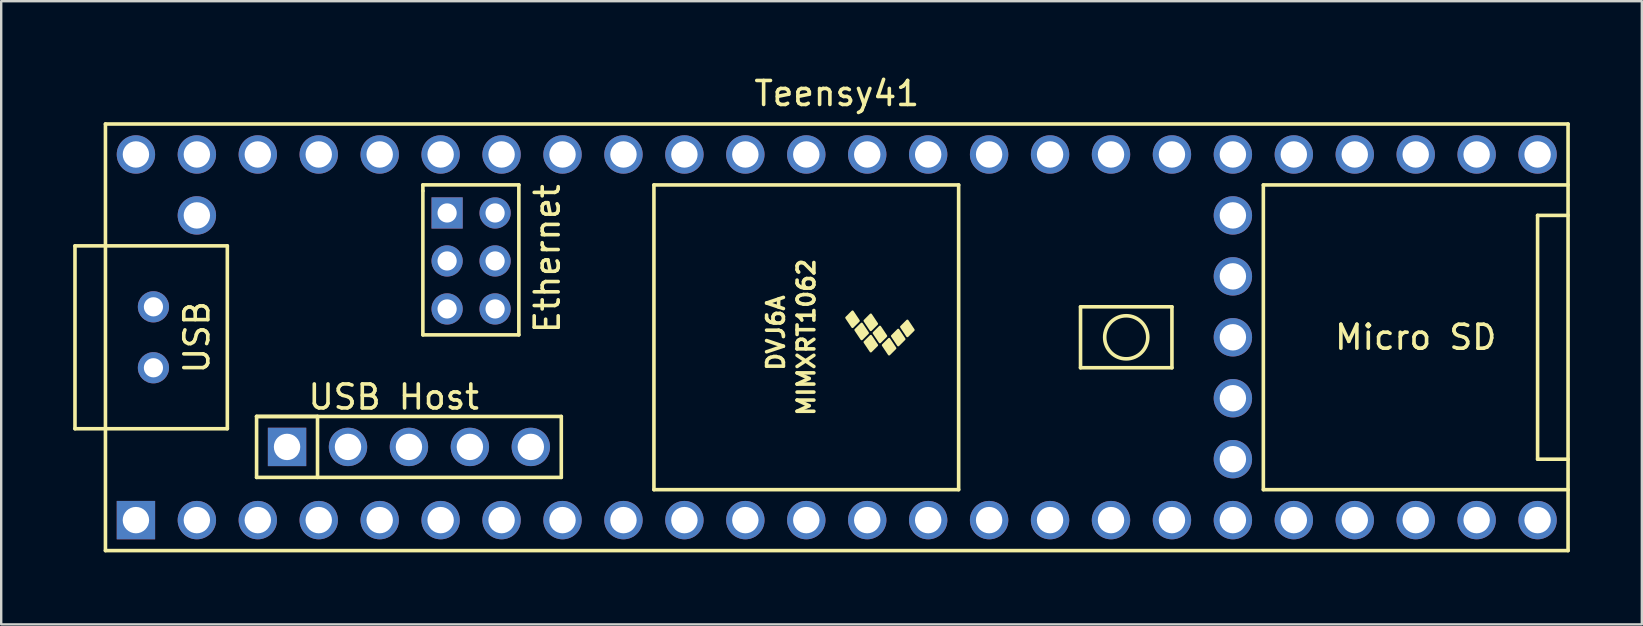
<source format=kicad_pcb>
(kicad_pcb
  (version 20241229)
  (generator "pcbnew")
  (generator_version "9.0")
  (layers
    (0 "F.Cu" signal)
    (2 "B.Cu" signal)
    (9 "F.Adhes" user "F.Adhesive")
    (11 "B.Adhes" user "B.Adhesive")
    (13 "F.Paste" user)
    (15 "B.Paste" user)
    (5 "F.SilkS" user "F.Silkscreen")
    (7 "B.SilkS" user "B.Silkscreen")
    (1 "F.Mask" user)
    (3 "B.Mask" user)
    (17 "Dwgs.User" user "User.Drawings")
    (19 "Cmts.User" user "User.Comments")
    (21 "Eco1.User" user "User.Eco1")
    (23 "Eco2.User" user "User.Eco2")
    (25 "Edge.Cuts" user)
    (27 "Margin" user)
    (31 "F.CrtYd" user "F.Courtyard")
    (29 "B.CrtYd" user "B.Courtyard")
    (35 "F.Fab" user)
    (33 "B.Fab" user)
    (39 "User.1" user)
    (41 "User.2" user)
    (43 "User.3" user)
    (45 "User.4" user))
  (footprint "Teensy41"
    (layer "F.Cu")
    (at 31.825 11.008)
    (property "Reference" "Teensy41" (at 0 -10.16 0) (layer "F.SilkS") (effects (font (size 1 1) (thickness 0.15))))
    (attr through_hole)
    (fp_line (start -31.75 -3.81) (end -30.48 -3.81) (stroke (width 0.15) (type solid)) (layer "F.SilkS"))
    (fp_line (start -31.75 3.81) (end -31.75 -3.81) (stroke (width 0.15) (type solid)) (layer "F.SilkS"))
    (fp_line (start -30.48 -8.89) (end 30.48 -8.89) (stroke (width 0.15) (type solid)) (layer "F.SilkS"))
    (fp_line (start -30.48 3.81) (end -31.75 3.81) (stroke (width 0.15) (type solid)) (layer "F.SilkS"))
    (fp_line (start -30.48 8.89) (end -30.48 -8.89) (stroke (width 0.15) (type solid)) (layer "F.SilkS"))
    (fp_line (start -25.4 -3.81) (end -30.48 -3.81) (stroke (width 0.15) (type solid)) (layer "F.SilkS"))
    (fp_line (start -25.4 3.81) (end -30.48 3.81) (stroke (width 0.15) (type solid)) (layer "F.SilkS"))
    (fp_line (start -25.4 3.81) (end -25.4 -3.81) (stroke (width 0.15) (type solid)) (layer "F.SilkS"))
    (fp_line (start -24.181 3.299) (end -21.641 3.299) (stroke (width 0.15) (type solid)) (layer "F.SilkS"))
    (fp_line (start -24.181 3.299) (end -11.481 3.299) (stroke (width 0.15) (type solid)) (layer "F.SilkS"))
    (fp_line (start -24.181 5.839) (end -24.181 3.299) (stroke (width 0.15) (type solid)) (layer "F.SilkS"))
    (fp_line (start -21.641 3.299) (end -21.641 5.839) (stroke (width 0.15) (type solid)) (layer "F.SilkS"))
    (fp_line (start -17.25 -6.352) (end -17.25 -6.102) (stroke (width 0.15) (type solid)) (layer "F.SilkS"))
    (fp_line (start -17.25 -6.102) (end -17.25 -0.102) (stroke (width 0.15) (type solid)) (layer "F.SilkS"))
    (fp_line (start -17.25 -0.102) (end -13.25 -0.102) (stroke (width 0.15) (type solid)) (layer "F.SilkS"))
    (fp_line (start -13.25 -6.352) (end -17.25 -6.352) (stroke (width 0.15) (type solid)) (layer "F.SilkS"))
    (fp_line (start -13.25 -0.102) (end -13.25 -6.352) (stroke (width 0.15) (type solid)) (layer "F.SilkS"))
    (fp_line (start -11.481 3.299) (end -11.481 5.839) (stroke (width 0.15) (type solid)) (layer "F.SilkS"))
    (fp_line (start -11.481 5.839) (end -24.181 5.839) (stroke (width 0.15) (type solid)) (layer "F.SilkS"))
    (fp_line (start -7.62 -6.35) (end -7.62 6.35) (stroke (width 0.15) (type solid)) (layer "F.SilkS"))
    (fp_line (start -7.62 6.35) (end 5.08 6.35) (stroke (width 0.15) (type solid)) (layer "F.SilkS"))
    (fp_line (start 5.08 -6.35) (end -7.62 -6.35) (stroke (width 0.15) (type solid)) (layer "F.SilkS"))
    (fp_line (start 5.08 6.35) (end 5.08 -6.35) (stroke (width 0.15) (type solid)) (layer "F.SilkS"))
    (fp_line (start 10.16 -1.27) (end 13.97 -1.27) (stroke (width 0.15) (type solid)) (layer "F.SilkS"))
    (fp_line (start 10.16 1.27) (end 10.16 -1.27) (stroke (width 0.15) (type solid)) (layer "F.SilkS"))
    (fp_line (start 13.97 -1.27) (end 13.97 1.27) (stroke (width 0.15) (type solid)) (layer "F.SilkS"))
    (fp_line (start 13.97 1.27) (end 10.16 1.27) (stroke (width 0.15) (type solid)) (layer "F.SilkS"))
    (fp_line (start 17.78 -6.35) (end 17.78 6.35) (stroke (width 0.15) (type solid)) (layer "F.SilkS"))
    (fp_line (start 17.78 6.35) (end 30.48 6.35) (stroke (width 0.15) (type solid)) (layer "F.SilkS"))
    (fp_line (start 29.21 -5.08) (end 29.21 5.08) (stroke (width 0.15) (type solid)) (layer "F.SilkS"))
    (fp_line (start 29.21 5.08) (end 30.48 5.08) (stroke (width 0.15) (type solid)) (layer "F.SilkS"))
    (fp_line (start 30.48 -8.89) (end 30.48 8.89) (stroke (width 0.15) (type solid)) (layer "F.SilkS"))
    (fp_line (start 30.48 -6.35) (end 17.78 -6.35) (stroke (width 0.15) (type solid)) (layer "F.SilkS"))
    (fp_line (start 30.48 -5.08) (end 29.21 -5.08) (stroke (width 0.15) (type solid)) (layer "F.SilkS"))
    (fp_line (start 30.48 8.89) (end -30.48 8.89) (stroke (width 0.15) (type solid)) (layer "F.SilkS"))
    (fp_circle (center 12.065 0) (end 12.7 -0.635) (stroke (width 0.15) (type solid)) (fill no) (layer "F.SilkS"))
    (fp_poly (pts (xy 0.911 -0.688) (xy 0.657 -0.434) (xy 0.403 -0.815) (xy 0.657 -1.069)) (stroke (width 0.1) (type solid)) (fill yes) (layer "F.SilkS"))
    (fp_poly (pts (xy 1.292 -0.18) (xy 1.038 0.074) (xy 0.784 -0.307) (xy 1.038 -0.561)) (stroke (width 0.1) (type solid)) (fill yes) (layer "F.SilkS"))
    (fp_poly (pts (xy 1.673 -0.561) (xy 1.419 -0.307) (xy 1.165 -0.688) (xy 1.419 -0.942)) (stroke (width 0.1) (type solid)) (fill yes) (layer "F.SilkS"))
    (fp_poly (pts (xy 1.673 0.328) (xy 1.419 0.582) (xy 1.165 0.201) (xy 1.419 -0.053)) (stroke (width 0.1) (type solid)) (fill yes) (layer "F.SilkS"))
    (fp_poly (pts (xy 2.054 -0.053) (xy 1.8 0.201) (xy 1.546 -0.18) (xy 1.8 -0.434)) (stroke (width 0.1) (type solid)) (fill yes) (layer "F.SilkS"))
    (fp_poly (pts (xy 2.435 0.455) (xy 2.181 0.709) (xy 1.927 0.328) (xy 2.181 0.074)) (stroke (width 0.1) (type solid)) (fill yes) (layer "F.SilkS"))
    (fp_poly (pts (xy 2.816 0.074) (xy 2.562 0.328) (xy 2.308 -0.053) (xy 2.562 -0.307)) (stroke (width 0.1) (type solid)) (fill yes) (layer "F.SilkS"))
    (fp_poly (pts (xy 3.197 -0.307) (xy 2.943 -0.053) (xy 2.689 -0.434) (xy 2.943 -0.688)) (stroke (width 0.1) (type solid)) (fill yes) (layer "F.SilkS"))
    (fp_text user "MIMXRT1062" (at -1.27 0 270) (layer "F.SilkS") (effects (font (size 0.7 0.7) (thickness 0.15))))
    (fp_text user "Micro SD" (at 24.13 0 0) (layer "F.SilkS") (effects (font (size 1 1) (thickness 0.15))))
    (fp_text user "DVJ6A" (at -2.54 -0.18 270) (layer "F.SilkS") (effects (font (size 0.7 0.7) (thickness 0.15))))
    (fp_text user "USB Host" (at -18.466 2.489 0) (layer "F.SilkS") (effects (font (size 1 1) (thickness 0.15))))
    (fp_text user "USB" (at -26.67 0 270) (layer "F.SilkS") (effects (font (size 1 1) (thickness 0.15))))
    (fp_text user "Ethernet" (at -12.065 -3.277 90) (layer "F.SilkS") (effects (font (size 1 1) (thickness 0.15))))
    (pad "1" thru_hole rect (at -29.21 7.62) (size 1.6 1.6) (drill 1.1) (layers "*.Cu" "*.Mask"))
    (pad "2" thru_hole circle (at -26.67 7.62) (size 1.6 1.6) (drill 1.1) (layers "*.Cu" "*.Mask"))
    (pad "3" thru_hole circle (at -24.13 7.62) (size 1.6 1.6) (drill 1.1) (layers "*.Cu" "*.Mask"))
    (pad "4" thru_hole circle (at -21.59 7.62) (size 1.6 1.6) (drill 1.1) (layers "*.Cu" "*.Mask"))
    (pad "5" thru_hole circle (at -19.05 7.62) (size 1.6 1.6) (drill 1.1) (layers "*.Cu" "*.Mask"))
    (pad "6" thru_hole circle (at -16.51 7.62) (size 1.6 1.6) (drill 1.1) (layers "*.Cu" "*.Mask"))
    (pad "7" thru_hole circle (at -13.97 7.62) (size 1.6 1.6) (drill 1.1) (layers "*.Cu" "*.Mask"))
    (pad "8" thru_hole circle (at -11.43 7.62) (size 1.6 1.6) (drill 1.1) (layers "*.Cu" "*.Mask"))
    (pad "9" thru_hole circle (at -8.89 7.62) (size 1.6 1.6) (drill 1.1) (layers "*.Cu" "*.Mask"))
    (pad "10" thru_hole circle (at -6.35 7.62) (size 1.6 1.6) (drill 1.1) (layers "*.Cu" "*.Mask"))
    (pad "11" thru_hole circle (at -3.81 7.62) (size 1.6 1.6) (drill 1.1) (layers "*.Cu" "*.Mask"))
    (pad "12" thru_hole circle (at -1.27 7.62) (size 1.6 1.6) (drill 1.1) (layers "*.Cu" "*.Mask"))
    (pad "13" thru_hole circle (at 1.27 7.62) (size 1.6 1.6) (drill 1.1) (layers "*.Cu" "*.Mask"))
    (pad "14" thru_hole circle (at 3.81 7.62) (size 1.6 1.6) (drill 1.1) (layers "*.Cu" "*.Mask"))
    (pad "15" thru_hole circle (at 6.35 7.62) (size 1.6 1.6) (drill 1.1) (layers "*.Cu" "*.Mask"))
    (pad "16" thru_hole circle (at 8.89 7.62) (size 1.6 1.6) (drill 1.1) (layers "*.Cu" "*.Mask"))
    (pad "17" thru_hole circle (at 11.43 7.62) (size 1.6 1.6) (drill 1.1) (layers "*.Cu" "*.Mask"))
    (pad "18" thru_hole circle (at 13.97 7.62) (size 1.6 1.6) (drill 1.1) (layers "*.Cu" "*.Mask"))
    (pad "19" thru_hole circle (at 16.51 7.62) (size 1.6 1.6) (drill 1.1) (layers "*.Cu" "*.Mask"))
    (pad "20" thru_hole circle (at 19.05 7.62) (size 1.6 1.6) (drill 1.1) (layers "*.Cu" "*.Mask"))
    (pad "21" thru_hole circle (at 21.59 7.62) (size 1.6 1.6) (drill 1.1) (layers "*.Cu" "*.Mask"))
    (pad "22" thru_hole circle (at 24.13 7.62) (size 1.6 1.6) (drill 1.1) (layers "*.Cu" "*.Mask"))
    (pad "23" thru_hole circle (at 26.67 7.62) (size 1.6 1.6) (drill 1.1) (layers "*.Cu" "*.Mask"))
    (pad "24" thru_hole circle (at 29.21 7.62) (size 1.6 1.6) (drill 1.1) (layers "*.Cu" "*.Mask"))
    (pad "25" thru_hole circle (at 29.21 -7.62) (size 1.6 1.6) (drill 1.1) (layers "*.Cu" "*.Mask"))
    (pad "26" thru_hole circle (at 26.67 -7.62) (size 1.6 1.6) (drill 1.1) (layers "*.Cu" "*.Mask"))
    (pad "27" thru_hole circle (at 24.13 -7.62) (size 1.6 1.6) (drill 1.1) (layers "*.Cu" "*.Mask"))
    (pad "28" thru_hole circle (at 21.59 -7.62) (size 1.6 1.6) (drill 1.1) (layers "*.Cu" "*.Mask"))
    (pad "29" thru_hole circle (at 19.05 -7.62) (size 1.6 1.6) (drill 1.1) (layers "*.Cu" "*.Mask"))
    (pad "30" thru_hole circle (at 16.51 -7.62) (size 1.6 1.6) (drill 1.1) (layers "*.Cu" "*.Mask"))
    (pad "31" thru_hole circle (at 13.97 -7.62) (size 1.6 1.6) (drill 1.1) (layers "*.Cu" "*.Mask"))
    (pad "32" thru_hole circle (at 11.43 -7.62) (size 1.6 1.6) (drill 1.1) (layers "*.Cu" "*.Mask"))
    (pad "33" thru_hole circle (at 8.89 -7.62) (size 1.6 1.6) (drill 1.1) (layers "*.Cu" "*.Mask"))
    (pad "34" thru_hole circle (at 6.35 -7.62) (size 1.6 1.6) (drill 1.1) (layers "*.Cu" "*.Mask"))
    (pad "35" thru_hole circle (at 3.81 -7.62) (size 1.6 1.6) (drill 1.1) (layers "*.Cu" "*.Mask"))
    (pad "36" thru_hole circle (at 1.27 -7.62) (size 1.6 1.6) (drill 1.1) (layers "*.Cu" "*.Mask"))
    (pad "37" thru_hole circle (at -1.27 -7.62) (size 1.6 1.6) (drill 1.1) (layers "*.Cu" "*.Mask"))
    (pad "38" thru_hole circle (at -3.81 -7.62) (size 1.6 1.6) (drill 1.1) (layers "*.Cu" "*.Mask"))
    (pad "39" thru_hole circle (at -6.35 -7.62) (size 1.6 1.6) (drill 1.1) (layers "*.Cu" "*.Mask"))
    (pad "40" thru_hole circle (at -8.89 -7.62) (size 1.6 1.6) (drill 1.1) (layers "*.Cu" "*.Mask"))
    (pad "41" thru_hole circle (at -11.43 -7.62) (size 1.6 1.6) (drill 1.1) (layers "*.Cu" "*.Mask"))
    (pad "42" thru_hole circle (at -13.97 -7.62) (size 1.6 1.6) (drill 1.1) (layers "*.Cu" "*.Mask"))
    (pad "43" thru_hole circle (at -16.51 -7.62) (size 1.6 1.6) (drill 1.1) (layers "*.Cu" "*.Mask"))
    (pad "44" thru_hole circle (at -19.05 -7.62) (size 1.6 1.6) (drill 1.1) (layers "*.Cu" "*.Mask"))
    (pad "45" thru_hole circle (at -21.59 -7.62) (size 1.6 1.6) (drill 1.1) (layers "*.Cu" "*.Mask"))
    (pad "46" thru_hole circle (at -24.13 -7.62) (size 1.6 1.6) (drill 1.1) (layers "*.Cu" "*.Mask"))
    (pad "47" thru_hole circle (at -26.67 -7.62) (size 1.6 1.6) (drill 1.1) (layers "*.Cu" "*.Mask"))
    (pad "48" thru_hole circle (at -29.21 -7.62) (size 1.6 1.6) (drill 1.1) (layers "*.Cu" "*.Mask"))
    (pad "49" thru_hole circle (at -26.67 -5.08) (size 1.6 1.6) (drill 1.1) (layers "*.Cu" "*.Mask"))
    (pad "50" thru_hole circle (at 16.51 5.08) (size 1.6 1.6) (drill 1.1) (layers "*.Cu" "*.Mask"))
    (pad "51" thru_hole circle (at 16.51 2.54) (size 1.6 1.6) (drill 1.1) (layers "*.Cu" "*.Mask"))
    (pad "52" thru_hole circle (at 16.51 0) (size 1.6 1.6) (drill 1.1) (layers "*.Cu" "*.Mask"))
    (pad "53" thru_hole circle (at 16.51 -2.54) (size 1.6 1.6) (drill 1.1) (layers "*.Cu" "*.Mask"))
    (pad "54" thru_hole circle (at 16.51 -5.08) (size 1.6 1.6) (drill 1.1) (layers "*.Cu" "*.Mask"))
    (pad "55" thru_hole rect (at -22.911 4.569) (size 1.6 1.6) (drill 1.1) (layers "*.Cu" "*.Mask"))
    (pad "56" thru_hole circle (at -20.371 4.569) (size 1.6 1.6) (drill 1.1) (layers "*.Cu" "*.Mask"))
    (pad "57" thru_hole circle (at -17.831 4.569) (size 1.6 1.6) (drill 1.1) (layers "*.Cu" "*.Mask"))
    (pad "58" thru_hole circle (at -15.291 4.569) (size 1.6 1.6) (drill 1.1) (layers "*.Cu" "*.Mask"))
    (pad "59" thru_hole circle (at -12.751 4.569) (size 1.6 1.6) (drill 1.1) (layers "*.Cu" "*.Mask"))
    (pad "60" thru_hole rect (at -16.24 -5.182) (size 1.3 1.3) (drill 0.8) (layers "*.Cu" "*.Mask"))
    (pad "61" thru_hole circle (at -16.24 -3.182) (size 1.3 1.3) (drill 0.8) (layers "*.Cu" "*.Mask"))
    (pad "62" thru_hole circle (at -16.24 -1.182) (size 1.3 1.3) (drill 0.8) (layers "*.Cu" "*.Mask"))
    (pad "63" thru_hole circle (at -14.24 -1.182) (size 1.3 1.3) (drill 0.8) (layers "*.Cu" "*.Mask"))
    (pad "64" thru_hole circle (at -14.24 -3.182) (size 1.3 1.3) (drill 0.8) (layers "*.Cu" "*.Mask"))
    (pad "65" thru_hole circle (at -14.24 -5.182) (size 1.3 1.3) (drill 0.8) (layers "*.Cu" "*.Mask"))
    (pad "66" thru_hole circle (at -28.48 -1.27) (size 1.3 1.3) (drill 0.8) (layers "*.Cu" "*.Mask"))
    (pad "67" thru_hole circle (at -28.48 1.27) (size 1.3 1.3) (drill 0.8) (layers "*.Cu" "*.Mask")))
  (gr_rect
    (start -3 -3)
    (end 65.38 22.973)
    (stroke (width 0.1) (type default))
    (fill no)
    (layer "Edge.Cuts")))
</source>
